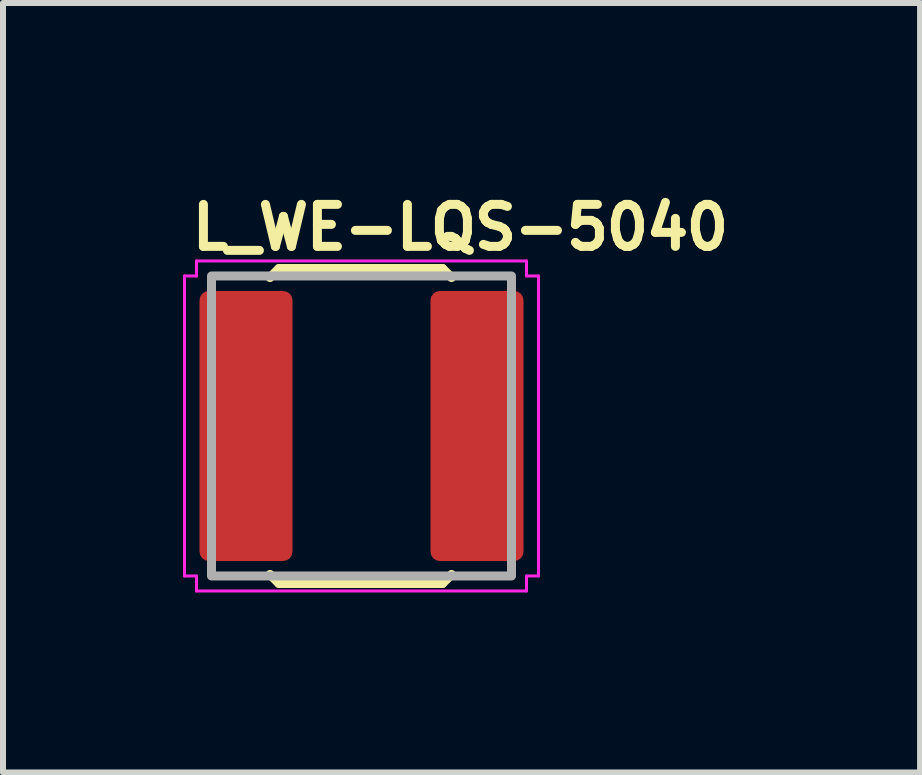
<source format=kicad_pcb>
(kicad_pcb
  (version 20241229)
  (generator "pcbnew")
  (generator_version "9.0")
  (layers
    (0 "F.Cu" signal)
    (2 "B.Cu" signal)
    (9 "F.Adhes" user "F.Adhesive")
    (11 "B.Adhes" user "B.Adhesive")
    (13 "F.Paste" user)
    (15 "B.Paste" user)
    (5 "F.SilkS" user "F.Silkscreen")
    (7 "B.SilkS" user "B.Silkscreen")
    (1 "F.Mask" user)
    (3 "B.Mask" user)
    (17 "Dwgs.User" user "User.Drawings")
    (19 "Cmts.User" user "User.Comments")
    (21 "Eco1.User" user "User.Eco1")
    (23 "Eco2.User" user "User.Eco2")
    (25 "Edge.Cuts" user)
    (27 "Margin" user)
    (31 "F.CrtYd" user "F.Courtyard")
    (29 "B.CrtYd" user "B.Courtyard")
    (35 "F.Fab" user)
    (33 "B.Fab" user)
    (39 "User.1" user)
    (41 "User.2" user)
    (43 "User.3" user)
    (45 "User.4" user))
  (footprint "L_WE-LQS-5040"
    (layer "F.Cu")
    (at 2.975 4.05)
    (property "Reference" "L_WE-LQS-5040" (at -2.9 -2.9 0) (layer "F.SilkS") (effects (font (size 0.7 0.7) (thickness 0.15)) (justify left bottom)))
    (attr smd)
    (fp_line (start -1.525 -2.475) (end -1.375 -2.625) (stroke (width 0.15) (type solid)) (layer "F.SilkS"))
    (fp_line (start -1.375 -2.625) (end 1.35 -2.625) (stroke (width 0.15) (type solid)) (layer "F.SilkS"))
    (fp_line (start -1.375 2.625) (end -1.525 2.475) (stroke (width 0.15) (type solid)) (layer "F.SilkS"))
    (fp_line (start 1.35 -2.625) (end 1.5 -2.475) (stroke (width 0.15) (type solid)) (layer "F.SilkS"))
    (fp_line (start 1.35 2.625) (end -1.375 2.625) (stroke (width 0.15) (type solid)) (layer "F.SilkS"))
    (fp_line (start 1.5 2.475) (end 1.35 2.625) (stroke (width 0.15) (type solid)) (layer "F.SilkS"))
    (fp_line (start -2.95 -2.5) (end -2.95 2.5) (stroke (width 0.05) (type solid)) (layer "F.CrtYd"))
    (fp_line (start -2.95 2.5) (end -2.75 2.5) (stroke (width 0.05) (type solid)) (layer "F.CrtYd"))
    (fp_line (start -2.75 -2.75) (end -2.75 -2.5) (stroke (width 0.05) (type solid)) (layer "F.CrtYd"))
    (fp_line (start -2.75 -2.5) (end -2.95 -2.5) (stroke (width 0.05) (type solid)) (layer "F.CrtYd"))
    (fp_line (start -2.75 2.5) (end -2.75 2.75) (stroke (width 0.05) (type solid)) (layer "F.CrtYd"))
    (fp_line (start -2.75 2.75) (end 2.75 2.75) (stroke (width 0.05) (type solid)) (layer "F.CrtYd"))
    (fp_line (start 2.75 -2.75) (end -2.75 -2.75) (stroke (width 0.05) (type solid)) (layer "F.CrtYd"))
    (fp_line (start 2.75 -2.5) (end 2.75 -2.75) (stroke (width 0.05) (type solid)) (layer "F.CrtYd"))
    (fp_line (start 2.75 2.5) (end 2.95 2.5) (stroke (width 0.05) (type solid)) (layer "F.CrtYd"))
    (fp_line (start 2.75 2.75) (end 2.75 2.5) (stroke (width 0.05) (type solid)) (layer "F.CrtYd"))
    (fp_line (start 2.95 -2.5) (end 2.75 -2.5) (stroke (width 0.05) (type solid)) (layer "F.CrtYd"))
    (fp_line (start 2.95 2.5) (end 2.95 -2.5) (stroke (width 0.05) (type solid)) (layer "F.CrtYd"))
    (fp_rect (start -2.5 -2.5) (end 2.5 2.5) (stroke (width 0.15) (type solid)) (fill no) (layer "F.Fab"))
    (fp_rect (start -2.5 -2.5) (end 2.5 2.5) (stroke (width 0.1) (type solid)) (fill no) (layer "User.5"))
    (fp_line (start -2.5 -2.1) (end -2.5 2.1) (stroke (width 0.02) (type solid)) (layer "User.9"))
    (fp_line (start -2.5 2.1) (end -2.296 2.1) (stroke (width 0.02) (type solid)) (layer "User.9"))
    (fp_line (start -2.499 0) (end -2.497 0.107) (stroke (width 0.02) (type solid)) (layer "User.9"))
    (fp_line (start -2.497 -0.107) (end -2.499 0) (stroke (width 0.02) (type solid)) (layer "User.9"))
    (fp_line (start -2.497 0.107) (end -2.49 0.215) (stroke (width 0.02) (type solid)) (layer "User.9"))
    (fp_line (start -2.49 -0.215) (end -2.497 -0.107) (stroke (width 0.02) (type solid)) (layer "User.9"))
    (fp_line (start -2.49 0.215) (end -2.478 0.322) (stroke (width 0.02) (type solid)) (layer "User.9"))
    (fp_line (start -2.478 -0.322) (end -2.49 -0.215) (stroke (width 0.02) (type solid)) (layer "User.9"))
    (fp_line (start -2.478 0.322) (end -2.462 0.429) (stroke (width 0.02) (type solid)) (layer "User.9"))
    (fp_line (start -2.462 -0.429) (end -2.478 -0.322) (stroke (width 0.02) (type solid)) (layer "User.9"))
    (fp_line (start -2.462 0.429) (end -2.441 0.535) (stroke (width 0.02) (type solid)) (layer "User.9"))
    (fp_line (start -2.441 -0.535) (end -2.462 -0.429) (stroke (width 0.02) (type solid)) (layer "User.9"))
    (fp_line (start -2.441 0.535) (end -2.415 0.64) (stroke (width 0.02) (type solid)) (layer "User.9"))
    (fp_line (start -2.415 -0.64) (end -2.441 -0.535) (stroke (width 0.02) (type solid)) (layer "User.9"))
    (fp_line (start -2.415 0.64) (end -2.385 0.743) (stroke (width 0.02) (type solid)) (layer "User.9"))
    (fp_line (start -2.385 -0.743) (end -2.415 -0.64) (stroke (width 0.02) (type solid)) (layer "User.9"))
    (fp_line (start -2.385 0.743) (end -2.35 0.845) (stroke (width 0.02) (type solid)) (layer "User.9"))
    (fp_line (start -2.35 -1.45) (end -2.35 1.45) (stroke (width 0.02) (type solid)) (layer "User.9"))
    (fp_line (start -2.35 -0.845) (end -2.385 -0.743) (stroke (width 0.02) (type solid)) (layer "User.9"))
    (fp_line (start -2.35 1.45) (end -1.3 2.5) (stroke (width 0.02) (type solid)) (layer "User.9"))
    (fp_line (start -2.296 2.1) (end -2.259 2) (stroke (width 0.02) (type solid)) (layer "User.9"))
    (fp_line (start -2.259 2) (end -2.25 2) (stroke (width 0.02) (type solid)) (layer "User.9"))
    (fp_line (start -2.25 1.899) (end -2.25 2) (stroke (width 0.02) (type solid)) (layer "User.9"))
    (fp_line (start -2.25 2) (end -2.25 2.05) (stroke (width 0.02) (type solid)) (layer "User.9"))
    (fp_line (start -2.249 2.05) (end -2.25 2.05) (stroke (width 0.02) (type solid)) (layer "User.9"))
    (fp_line (start -2.249 2.051) (end -2.25 2.05) (stroke (width 0.02) (type solid)) (layer "User.9"))
    (fp_line (start -2.249 2.051) (end -2.249 2.05) (stroke (width 0.02) (type solid)) (layer "User.9"))
    (fp_line (start -2.249 2.052) (end -2.249 2.05) (stroke (width 0.02) (type solid)) (layer "User.9"))
    (fp_line (start -2.249 2.053) (end -2.249 2.051) (stroke (width 0.02) (type solid)) (layer "User.9"))
    (fp_line (start -2.248 2.053) (end -2.249 2.051) (stroke (width 0.02) (type solid)) (layer "User.9"))
    (fp_line (start -2.248 2.054) (end -2.249 2.053) (stroke (width 0.02) (type solid)) (layer "User.9"))
    (fp_line (start -2.248 2.055) (end -2.249 2.052) (stroke (width 0.02) (type solid)) (layer "User.9"))
    (fp_line (start -2.247 2.054) (end -2.248 2.053) (stroke (width 0.02) (type solid)) (layer "User.9"))
    (fp_line (start -2.247 2.055) (end -2.248 2.054) (stroke (width 0.02) (type solid)) (layer "User.9"))
    (fp_line (start -2.247 2.056) (end -2.247 2.054) (stroke (width 0.02) (type solid)) (layer "User.9"))
    (fp_line (start -2.246 2.057) (end -2.247 2.055) (stroke (width 0.02) (type solid)) (layer "User.9"))
    (fp_line (start -2.246 2.057) (end -2.247 2.056) (stroke (width 0.02) (type solid)) (layer "User.9"))
    (fp_line (start -2.245 2.058) (end -2.246 2.057) (stroke (width 0.02) (type solid)) (layer "User.9"))
    (fp_line (start -2.245 2.059) (end -2.246 2.057) (stroke (width 0.02) (type solid)) (layer "User.9"))
    (fp_line (start -2.244 2.059) (end -2.248 2.055) (stroke (width 0.02) (type solid)) (layer "User.9"))
    (fp_line (start -2.244 2.06) (end -2.245 2.059) (stroke (width 0.02) (type solid)) (layer "User.9"))
    (fp_line (start -2.242 2.061) (end -2.245 2.058) (stroke (width 0.02) (type solid)) (layer "User.9"))
    (fp_line (start -2.242 2.061) (end -2.244 2.06) (stroke (width 0.02) (type solid)) (layer "User.9"))
    (fp_line (start -2.241 2.062) (end -2.242 2.061) (stroke (width 0.02) (type solid)) (layer "User.9"))
    (fp_line (start -2.24 2.063) (end -2.241 2.062) (stroke (width 0.02) (type solid)) (layer "User.9"))
    (fp_line (start -2.238 2.063) (end -2.242 2.061) (stroke (width 0.02) (type solid)) (layer "User.9"))
    (fp_line (start -2.238 2.064) (end -2.24 2.063) (stroke (width 0.02) (type solid)) (layer "User.9"))
    (fp_line (start -2.237 2.064) (end -2.244 2.059) (stroke (width 0.02) (type solid)) (layer "User.9"))
    (fp_line (start -2.237 2.065) (end -2.238 2.064) (stroke (width 0.02) (type solid)) (layer "User.9"))
    (fp_line (start -2.235 2.066) (end -2.237 2.065) (stroke (width 0.02) (type solid)) (layer "User.9"))
    (fp_line (start -2.234 2.065) (end -2.238 2.063) (stroke (width 0.02) (type solid)) (layer "User.9"))
    (fp_line (start -2.233 2.066) (end -2.235 2.066) (stroke (width 0.02) (type solid)) (layer "User.9"))
    (fp_line (start -2.232 1.567) (end -2.25 1.899) (stroke (width 0.02) (type solid)) (layer "User.9"))
    (fp_line (start -2.232 2.067) (end -2.233 2.066) (stroke (width 0.02) (type solid)) (layer "User.9"))
    (fp_line (start -2.23 2.068) (end -2.234 2.065) (stroke (width 0.02) (type solid)) (layer "User.9"))
    (fp_line (start -2.23 2.068) (end -2.232 2.067) (stroke (width 0.02) (type solid)) (layer "User.9"))
    (fp_line (start -2.228 2.068) (end -2.237 2.064) (stroke (width 0.02) (type solid)) (layer "User.9"))
    (fp_line (start -2.225 2.07) (end -2.23 2.068) (stroke (width 0.02) (type solid)) (layer "User.9"))
    (fp_line (start -2.219 2.072) (end -2.225 2.07) (stroke (width 0.02) (type solid)) (layer "User.9"))
    (fp_line (start -2.217 2.072) (end -2.228 2.068) (stroke (width 0.02) (type solid)) (layer "User.9"))
    (fp_line (start -2.213 2.074) (end -2.219 2.072) (stroke (width 0.02) (type solid)) (layer "User.9"))
    (fp_line (start -2.207 2.076) (end -2.213 2.074) (stroke (width 0.02) (type solid)) (layer "User.9"))
    (fp_line (start -2.204 2.076) (end -2.217 2.072) (stroke (width 0.02) (type solid)) (layer "User.9"))
    (fp_line (start -2.201 2.077) (end -2.207 2.076) (stroke (width 0.02) (type solid)) (layer "User.9"))
    (fp_line (start -2.19 2.08) (end -2.204 2.076) (stroke (width 0.02) (type solid)) (layer "User.9"))
    (fp_line (start -2.188 2.081) (end -2.201 2.077) (stroke (width 0.02) (type solid)) (layer "User.9"))
    (fp_line (start -2.174 2.083) (end -2.188 2.081) (stroke (width 0.02) (type solid)) (layer "User.9"))
    (fp_line (start -2.174 2.083) (end -2.174 2.083) (stroke (width 0.02) (type solid)) (layer "User.9"))
    (fp_line (start -2.173 2.084) (end -2.19 2.08) (stroke (width 0.02) (type solid)) (layer "User.9"))
    (fp_line (start -2.155 2.087) (end -2.173 2.084) (stroke (width 0.02) (type solid)) (layer "User.9"))
    (fp_line (start -2.154 2.087) (end -2.174 2.083) (stroke (width 0.02) (type solid)) (layer "User.9"))
    (fp_line (start -2.136 2.09) (end -2.155 2.087) (stroke (width 0.02) (type solid)) (layer "User.9"))
    (fp_line (start -2.133 2.09) (end -2.154 2.087) (stroke (width 0.02) (type solid)) (layer "User.9"))
    (fp_line (start -2.115 2.092) (end -2.136 2.09) (stroke (width 0.02) (type solid)) (layer "User.9"))
    (fp_line (start -2.112 2.093) (end -2.133 2.09) (stroke (width 0.02) (type solid)) (layer "User.9"))
    (fp_line (start -2.093 2.094) (end -2.115 2.092) (stroke (width 0.02) (type solid)) (layer "User.9"))
    (fp_line (start -2.09 2.095) (end -2.112 2.093) (stroke (width 0.02) (type solid)) (layer "User.9"))
    (fp_line (start -2.069 2.096) (end -2.09 2.095) (stroke (width 0.02) (type solid)) (layer "User.9"))
    (fp_line (start -2.048 2.097) (end -2.093 2.094) (stroke (width 0.02) (type solid)) (layer "User.9"))
    (fp_line (start -2.046 2.097) (end -2.069 2.096) (stroke (width 0.02) (type solid)) (layer "User.9"))
    (fp_line (start -2.024 2.098) (end -2.048 2.097) (stroke (width 0.02) (type solid)) (layer "User.9"))
    (fp_line (start -2.024 2.098) (end -2.046 2.097) (stroke (width 0.02) (type solid)) (layer "User.9"))
    (fp_line (start -2 1.899) (end -2.25 1.899) (stroke (width 0.02) (type solid)) (layer "User.9"))
    (fp_line (start -2 1.899) (end -2 1.899) (stroke (width 0.02) (type solid)) (layer "User.9"))
    (fp_line (start -2 2) (end -2.25 2) (stroke (width 0.02) (type solid)) (layer "User.9"))
    (fp_line (start -2 2) (end -2 2) (stroke (width 0.02) (type solid)) (layer "User.9"))
    (fp_line (start -2 2.098) (end -2.024 2.098) (stroke (width 0.02) (type solid)) (layer "User.9"))
    (fp_line (start -2 2.098) (end -2.024 2.098) (stroke (width 0.02) (type solid)) (layer "User.9"))
    (fp_line (start -2 2.098) (end -2 2.098) (stroke (width 0.02) (type solid)) (layer "User.9"))
    (fp_line (start -2 2.098) (end -2 2.098) (stroke (width 0.02) (type solid)) (layer "User.9"))
    (fp_line (start -1.98 2.098) (end -2 2.098) (stroke (width 0.02) (type solid)) (layer "User.9"))
    (fp_line (start -1.975 2.098) (end -2 2.098) (stroke (width 0.02) (type solid)) (layer "User.9"))
    (fp_line (start -1.959 2.098) (end -1.98 2.098) (stroke (width 0.02) (type solid)) (layer "User.9"))
    (fp_line (start -1.951 2.097) (end -1.975 2.098) (stroke (width 0.02) (type solid)) (layer "User.9"))
    (fp_line (start -1.938 2.097) (end -1.959 2.098) (stroke (width 0.02) (type solid)) (layer "User.9"))
    (fp_line (start -1.928 2.096) (end -1.951 2.097) (stroke (width 0.02) (type solid)) (layer "User.9"))
    (fp_line (start -1.917 2.095) (end -1.938 2.097) (stroke (width 0.02) (type solid)) (layer "User.9"))
    (fp_line (start -1.906 2.094) (end -1.928 2.096) (stroke (width 0.02) (type solid)) (layer "User.9"))
    (fp_line (start -1.899 1.899) (end -2 1.899) (stroke (width 0.02) (type solid)) (layer "User.9"))
    (fp_line (start -1.897 2.094) (end -1.917 2.095) (stroke (width 0.02) (type solid)) (layer "User.9"))
    (fp_line (start -1.884 2.092) (end -1.906 2.094) (stroke (width 0.02) (type solid)) (layer "User.9"))
    (fp_line (start -1.877 2.091) (end -1.897 2.094) (stroke (width 0.02) (type solid)) (layer "User.9"))
    (fp_line (start -1.863 2.09) (end -1.884 2.092) (stroke (width 0.02) (type solid)) (layer "User.9"))
    (fp_line (start -1.857 2.089) (end -1.877 2.091) (stroke (width 0.02) (type solid)) (layer "User.9"))
    (fp_line (start -1.844 2.087) (end -1.863 2.09) (stroke (width 0.02) (type solid)) (layer "User.9"))
    (fp_line (start -1.838 2.086) (end -1.857 2.089) (stroke (width 0.02) (type solid)) (layer "User.9"))
    (fp_line (start -1.838 2.086) (end -1.838 2.086) (stroke (width 0.02) (type solid)) (layer "User.9"))
    (fp_line (start -1.83 2.084) (end -1.838 2.086) (stroke (width 0.02) (type solid)) (layer "User.9"))
    (fp_line (start -1.826 2.084) (end -1.844 2.087) (stroke (width 0.02) (type solid)) (layer "User.9"))
    (fp_line (start -1.823 2.083) (end -1.83 2.084) (stroke (width 0.02) (type solid)) (layer "User.9"))
    (fp_line (start -1.815 2.081) (end -1.823 2.083) (stroke (width 0.02) (type solid)) (layer "User.9"))
    (fp_line (start -1.809 2.08) (end -1.826 2.084) (stroke (width 0.02) (type solid)) (layer "User.9"))
    (fp_line (start -1.807 2.08) (end -1.815 2.081) (stroke (width 0.02) (type solid)) (layer "User.9"))
    (fp_line (start -1.8 2) (end -2 2) (stroke (width 0.02) (type solid)) (layer "User.9"))
    (fp_line (start -1.8 2.078) (end -1.807 2.08) (stroke (width 0.02) (type solid)) (layer "User.9"))
    (fp_line (start -1.795 2.076) (end -1.809 2.08) (stroke (width 0.02) (type solid)) (layer "User.9"))
    (fp_line (start -1.793 2.076) (end -1.8 2.078) (stroke (width 0.02) (type solid)) (layer "User.9"))
    (fp_line (start -1.786 2.074) (end -1.793 2.076) (stroke (width 0.02) (type solid)) (layer "User.9"))
    (fp_line (start -1.782 2.072) (end -1.795 2.076) (stroke (width 0.02) (type solid)) (layer "User.9"))
    (fp_line (start -1.779 2.072) (end -1.786 2.074) (stroke (width 0.02) (type solid)) (layer "User.9"))
    (fp_line (start -1.773 2.069) (end -1.779 2.072) (stroke (width 0.02) (type solid)) (layer "User.9"))
    (fp_line (start -1.771 2.068) (end -1.782 2.072) (stroke (width 0.02) (type solid)) (layer "User.9"))
    (fp_line (start -1.768 2.067) (end -1.773 2.069) (stroke (width 0.02) (type solid)) (layer "User.9"))
    (fp_line (start -1.766 2.066) (end -1.771 2.068) (stroke (width 0.02) (type solid)) (layer "User.9"))
    (fp_line (start -1.766 2.066) (end -1.768 2.067) (stroke (width 0.02) (type solid)) (layer "User.9"))
    (fp_line (start -1.765 2.066) (end -1.768 2.067) (stroke (width 0.02) (type solid)) (layer "User.9"))
    (fp_line (start -1.765 2.066) (end -1.766 2.066) (stroke (width 0.02) (type solid)) (layer "User.9"))
    (fp_line (start -1.763 2.064) (end -1.765 2.066) (stroke (width 0.02) (type solid)) (layer "User.9"))
    (fp_line (start -1.763 2.065) (end -1.765 2.066) (stroke (width 0.02) (type solid)) (layer "User.9"))
    (fp_line (start -1.762 2.064) (end -1.766 2.066) (stroke (width 0.02) (type solid)) (layer "User.9"))
    (fp_line (start -1.761 2.063) (end -1.763 2.064) (stroke (width 0.02) (type solid)) (layer "User.9"))
    (fp_line (start -1.761 2.064) (end -1.763 2.065) (stroke (width 0.02) (type solid)) (layer "User.9"))
    (fp_line (start -1.76 2.064) (end -1.761 2.064) (stroke (width 0.02) (type solid)) (layer "User.9"))
    (fp_line (start -1.759 2.062) (end -1.761 2.063) (stroke (width 0.02) (type solid)) (layer "User.9"))
    (fp_line (start -1.759 2.063) (end -1.76 2.064) (stroke (width 0.02) (type solid)) (layer "User.9"))
    (fp_line (start -1.758 2.061) (end -1.762 2.064) (stroke (width 0.02) (type solid)) (layer "User.9"))
    (fp_line (start -1.757 2.06) (end -1.759 2.062) (stroke (width 0.02) (type solid)) (layer "User.9"))
    (fp_line (start -1.757 2.062) (end -1.759 2.063) (stroke (width 0.02) (type solid)) (layer "User.9"))
    (fp_line (start -1.756 2.061) (end -1.757 2.062) (stroke (width 0.02) (type solid)) (layer "User.9"))
    (fp_line (start -1.755 2.059) (end -1.758 2.061) (stroke (width 0.02) (type solid)) (layer "User.9"))
    (fp_line (start -1.755 2.059) (end -1.757 2.06) (stroke (width 0.02) (type solid)) (layer "User.9"))
    (fp_line (start -1.755 2.06) (end -1.756 2.061) (stroke (width 0.02) (type solid)) (layer "User.9"))
    (fp_line (start -1.754 2.057) (end -1.755 2.059) (stroke (width 0.02) (type solid)) (layer "User.9"))
    (fp_line (start -1.754 2.058) (end -1.755 2.06) (stroke (width 0.02) (type solid)) (layer "User.9"))
    (fp_line (start -1.753 2.057) (end -1.755 2.059) (stroke (width 0.02) (type solid)) (layer "User.9"))
    (fp_line (start -1.753 2.057) (end -1.754 2.058) (stroke (width 0.02) (type solid)) (layer "User.9"))
    (fp_line (start -1.752 2.056) (end -1.754 2.057) (stroke (width 0.02) (type solid)) (layer "User.9"))
    (fp_line (start -1.752 2.056) (end -1.753 2.057) (stroke (width 0.02) (type solid)) (layer "User.9"))
    (fp_line (start -1.751 2.053) (end -1.751 2.054) (stroke (width 0.02) (type solid)) (layer "User.9"))
    (fp_line (start -1.751 2.054) (end -1.752 2.056) (stroke (width 0.02) (type solid)) (layer "User.9"))
    (fp_line (start -1.751 2.055) (end -1.753 2.057) (stroke (width 0.02) (type solid)) (layer "User.9"))
    (fp_line (start -1.751 2.055) (end -1.752 2.056) (stroke (width 0.02) (type solid)) (layer "User.9"))
    (fp_line (start -1.75 2.05) (end -1.75 2.05) (stroke (width 0.02) (type solid)) (layer "User.9"))
    (fp_line (start -1.75 2.05) (end -1.75 2.051) (stroke (width 0.02) (type solid)) (layer "User.9"))
    (fp_line (start -1.75 2.05) (end -1.75 2.051) (stroke (width 0.02) (type solid)) (layer "User.9"))
    (fp_line (start -1.75 2.05) (end -1.75 2.052) (stroke (width 0.02) (type solid)) (layer "User.9"))
    (fp_line (start -1.75 2.051) (end -1.751 2.053) (stroke (width 0.02) (type solid)) (layer "User.9"))
    (fp_line (start -1.75 2.051) (end -1.75 2.053) (stroke (width 0.02) (type solid)) (layer "User.9"))
    (fp_line (start -1.75 2.052) (end -1.751 2.055) (stroke (width 0.02) (type solid)) (layer "User.9"))
    (fp_line (start -1.75 2.053) (end -1.751 2.055) (stroke (width 0.02) (type solid)) (layer "User.9"))
    (fp_line (start -1.705 2.094) (end -1.703 2.1) (stroke (width 0.02) (type solid)) (layer "User.9"))
    (fp_line (start -1.703 2.1) (end -1.7 2.1) (stroke (width 0.02) (type solid)) (layer "User.9"))
    (fp_line (start -1.7 -2.1) (end -2.5 -2.1) (stroke (width 0.02) (type solid)) (layer "User.9"))
    (fp_line (start -1.3 -2.5) (end -2.35 -1.45) (stroke (width 0.02) (type solid)) (layer "User.9"))
    (fp_line (start -1.3 2.5) (end 1.3 2.5) (stroke (width 0.02) (type solid)) (layer "User.9"))
    (fp_line (start 1.118 1.134) (end 1.618 1.134) (stroke (width 0.02) (type solid)) (layer "User.9"))
    (fp_line (start 1.118 1.634) (end 1.118 1.134) (stroke (width 0.02) (type solid)) (layer "User.9"))
    (fp_line (start 1.3 -2.5) (end -1.3 -2.5) (stroke (width 0.02) (type solid)) (layer "User.9"))
    (fp_line (start 1.3 2.5) (end 2.35 1.45) (stroke (width 0.02) (type solid)) (layer "User.9"))
    (fp_line (start 1.618 1.134) (end 1.618 1.634) (stroke (width 0.02) (type solid)) (layer "User.9"))
    (fp_line (start 1.618 1.634) (end 1.118 1.634) (stroke (width 0.02) (type solid)) (layer "User.9"))
    (fp_line (start 1.7 2.1) (end 1.703 2.1) (stroke (width 0.02) (type solid)) (layer "User.9"))
    (fp_line (start 1.705 2.094) (end 1.703 2.1) (stroke (width 0.02) (type solid)) (layer "User.9"))
    (fp_line (start 1.75 2.05) (end 1.75 2.05) (stroke (width 0.02) (type solid)) (layer "User.9"))
    (fp_line (start 1.75 2.051) (end 1.75 2.05) (stroke (width 0.02) (type solid)) (layer "User.9"))
    (fp_line (start 1.75 2.052) (end 1.75 2.05) (stroke (width 0.02) (type solid)) (layer "User.9"))
    (fp_line (start 1.75 2.053) (end 1.75 2.051) (stroke (width 0.02) (type solid)) (layer "User.9"))
    (fp_line (start 1.751 2.054) (end 1.75 2.052) (stroke (width 0.02) (type solid)) (layer "User.9"))
    (fp_line (start 1.751 2.054) (end 1.75 2.053) (stroke (width 0.02) (type solid)) (layer "User.9"))
    (fp_line (start 1.752 2.055) (end 1.751 2.054) (stroke (width 0.02) (type solid)) (layer "User.9"))
    (fp_line (start 1.752 2.055) (end 1.751 2.054) (stroke (width 0.02) (type solid)) (layer "User.9"))
    (fp_line (start 1.752 2.056) (end 1.752 2.055) (stroke (width 0.02) (type solid)) (layer "User.9"))
    (fp_line (start 1.753 2.057) (end 1.752 2.055) (stroke (width 0.02) (type solid)) (layer "User.9"))
    (fp_line (start 1.753 2.057) (end 1.752 2.056) (stroke (width 0.02) (type solid)) (layer "User.9"))
    (fp_line (start 1.754 2.058) (end 1.753 2.057) (stroke (width 0.02) (type solid)) (layer "User.9"))
    (fp_line (start 1.754 2.058) (end 1.753 2.057) (stroke (width 0.02) (type solid)) (layer "User.9"))
    (fp_line (start 1.754 2.059) (end 1.754 2.058) (stroke (width 0.02) (type solid)) (layer "User.9"))
    (fp_line (start 1.755 2.059) (end 1.751 2.054) (stroke (width 0.02) (type solid)) (layer "User.9"))
    (fp_line (start 1.755 2.059) (end 1.754 2.059) (stroke (width 0.02) (type solid)) (layer "User.9"))
    (fp_line (start 1.756 2.06) (end 1.755 2.059) (stroke (width 0.02) (type solid)) (layer "User.9"))
    (fp_line (start 1.757 2.06) (end 1.754 2.058) (stroke (width 0.02) (type solid)) (layer "User.9"))
    (fp_line (start 1.757 2.061) (end 1.756 2.06) (stroke (width 0.02) (type solid)) (layer "User.9"))
    (fp_line (start 1.757 2.061) (end 1.757 2.061) (stroke (width 0.02) (type solid)) (layer "User.9"))
    (fp_line (start 1.758 2.062) (end 1.757 2.061) (stroke (width 0.02) (type solid)) (layer "User.9"))
    (fp_line (start 1.759 2.062) (end 1.758 2.062) (stroke (width 0.02) (type solid)) (layer "User.9"))
    (fp_line (start 1.76 2.063) (end 1.759 2.062) (stroke (width 0.02) (type solid)) (layer "User.9"))
    (fp_line (start 1.761 2.063) (end 1.757 2.06) (stroke (width 0.02) (type solid)) (layer "User.9"))
    (fp_line (start 1.761 2.063) (end 1.76 2.063) (stroke (width 0.02) (type solid)) (layer "User.9"))
    (fp_line (start 1.762 2.064) (end 1.755 2.059) (stroke (width 0.02) (type solid)) (layer "User.9"))
    (fp_line (start 1.762 2.064) (end 1.761 2.063) (stroke (width 0.02) (type solid)) (layer "User.9"))
    (fp_line (start 1.763 2.064) (end 1.762 2.064) (stroke (width 0.02) (type solid)) (layer "User.9"))
    (fp_line (start 1.764 2.065) (end 1.763 2.064) (stroke (width 0.02) (type solid)) (layer "User.9"))
    (fp_line (start 1.765 2.065) (end 1.761 2.063) (stroke (width 0.02) (type solid)) (layer "User.9"))
    (fp_line (start 1.769 2.067) (end 1.765 2.065) (stroke (width 0.02) (type solid)) (layer "User.9"))
    (fp_line (start 1.771 2.068) (end 1.762 2.064) (stroke (width 0.02) (type solid)) (layer "User.9"))
    (fp_line (start 1.774 2.07) (end 1.769 2.067) (stroke (width 0.02) (type solid)) (layer "User.9"))
    (fp_line (start 1.78 2.072) (end 1.774 2.07) (stroke (width 0.02) (type solid)) (layer "User.9"))
    (fp_line (start 1.782 2.072) (end 1.771 2.068) (stroke (width 0.02) (type solid)) (layer "User.9"))
    (fp_line (start 1.786 2.074) (end 1.78 2.072) (stroke (width 0.02) (type solid)) (layer "User.9"))
    (fp_line (start 1.792 2.075) (end 1.786 2.074) (stroke (width 0.02) (type solid)) (layer "User.9"))
    (fp_line (start 1.795 2.076) (end 1.782 2.072) (stroke (width 0.02) (type solid)) (layer "User.9"))
    (fp_line (start 1.798 2.077) (end 1.792 2.075) (stroke (width 0.02) (type solid)) (layer "User.9"))
    (fp_line (start 1.809 2.08) (end 1.795 2.076) (stroke (width 0.02) (type solid)) (layer "User.9"))
    (fp_line (start 1.812 2.08) (end 1.798 2.077) (stroke (width 0.02) (type solid)) (layer "User.9"))
    (fp_line (start 1.825 2.083) (end 1.812 2.08) (stroke (width 0.02) (type solid)) (layer "User.9"))
    (fp_line (start 1.825 2.083) (end 1.825 2.083) (stroke (width 0.02) (type solid)) (layer "User.9"))
    (fp_line (start 1.826 2.083) (end 1.809 2.08) (stroke (width 0.02) (type solid)) (layer "User.9"))
    (fp_line (start 1.844 2.087) (end 1.826 2.083) (stroke (width 0.02) (type solid)) (layer "User.9"))
    (fp_line (start 1.846 2.087) (end 1.825 2.083) (stroke (width 0.02) (type solid)) (layer "User.9"))
    (fp_line (start 1.863 2.089) (end 1.844 2.087) (stroke (width 0.02) (type solid)) (layer "User.9"))
    (fp_line (start 1.867 2.09) (end 1.846 2.087) (stroke (width 0.02) (type solid)) (layer "User.9"))
    (fp_line (start 1.884 2.092) (end 1.863 2.089) (stroke (width 0.02) (type solid)) (layer "User.9"))
    (fp_line (start 1.888 2.092) (end 1.867 2.09) (stroke (width 0.02) (type solid)) (layer "User.9"))
    (fp_line (start 1.906 2.094) (end 1.884 2.092) (stroke (width 0.02) (type solid)) (layer "User.9"))
    (fp_line (start 1.909 2.094) (end 1.888 2.092) (stroke (width 0.02) (type solid)) (layer "User.9"))
    (fp_line (start 1.931 2.096) (end 1.909 2.094) (stroke (width 0.02) (type solid)) (layer "User.9"))
    (fp_line (start 1.951 2.097) (end 1.906 2.094) (stroke (width 0.02) (type solid)) (layer "User.9"))
    (fp_line (start 1.953 2.097) (end 1.931 2.096) (stroke (width 0.02) (type solid)) (layer "User.9"))
    (fp_line (start 1.975 2.098) (end 1.951 2.097) (stroke (width 0.02) (type solid)) (layer "User.9"))
    (fp_line (start 1.975 2.098) (end 1.953 2.097) (stroke (width 0.02) (type solid)) (layer "User.9"))
    (fp_line (start 1.998 2.098) (end 1.975 2.098) (stroke (width 0.02) (type solid)) (layer "User.9"))
    (fp_line (start 1.998 2.098) (end 1.998 2.098) (stroke (width 0.02) (type solid)) (layer "User.9"))
    (fp_line (start 2 1.899) (end 1.899 1.899) (stroke (width 0.02) (type solid)) (layer "User.9"))
    (fp_line (start 2 1.899) (end 2 1.899) (stroke (width 0.02) (type solid)) (layer "User.9"))
    (fp_line (start 2 2) (end 1.8 2) (stroke (width 0.02) (type solid)) (layer "User.9"))
    (fp_line (start 2 2) (end 2 2) (stroke (width 0.02) (type solid)) (layer "User.9"))
    (fp_line (start 2 2.098) (end 1.975 2.098) (stroke (width 0.02) (type solid)) (layer "User.9"))
    (fp_line (start 2 2.098) (end 2 2.098) (stroke (width 0.02) (type solid)) (layer "User.9"))
    (fp_line (start 2.02 2.098) (end 1.998 2.098) (stroke (width 0.02) (type solid)) (layer "User.9"))
    (fp_line (start 2.024 2.098) (end 2 2.098) (stroke (width 0.02) (type solid)) (layer "User.9"))
    (fp_line (start 2.04 2.097) (end 2.02 2.098) (stroke (width 0.02) (type solid)) (layer "User.9"))
    (fp_line (start 2.048 2.097) (end 2.024 2.098) (stroke (width 0.02) (type solid)) (layer "User.9"))
    (fp_line (start 2.061 2.096) (end 2.04 2.097) (stroke (width 0.02) (type solid)) (layer "User.9"))
    (fp_line (start 2.071 2.096) (end 2.048 2.097) (stroke (width 0.02) (type solid)) (layer "User.9"))
    (fp_line (start 2.082 2.095) (end 2.061 2.096) (stroke (width 0.02) (type solid)) (layer "User.9"))
    (fp_line (start 2.093 2.094) (end 2.071 2.096) (stroke (width 0.02) (type solid)) (layer "User.9"))
    (fp_line (start 2.102 2.093) (end 2.082 2.095) (stroke (width 0.02) (type solid)) (layer "User.9"))
    (fp_line (start 2.115 2.092) (end 2.093 2.094) (stroke (width 0.02) (type solid)) (layer "User.9"))
    (fp_line (start 2.122 2.091) (end 2.102 2.093) (stroke (width 0.02) (type solid)) (layer "User.9"))
    (fp_line (start 2.136 2.089) (end 2.115 2.092) (stroke (width 0.02) (type solid)) (layer "User.9"))
    (fp_line (start 2.142 2.088) (end 2.122 2.091) (stroke (width 0.02) (type solid)) (layer "User.9"))
    (fp_line (start 2.155 2.087) (end 2.136 2.089) (stroke (width 0.02) (type solid)) (layer "User.9"))
    (fp_line (start 2.161 2.086) (end 2.142 2.088) (stroke (width 0.02) (type solid)) (layer "User.9"))
    (fp_line (start 2.161 2.086) (end 2.161 2.086) (stroke (width 0.02) (type solid)) (layer "User.9"))
    (fp_line (start 2.169 2.084) (end 2.161 2.086) (stroke (width 0.02) (type solid)) (layer "User.9"))
    (fp_line (start 2.173 2.083) (end 2.155 2.087) (stroke (width 0.02) (type solid)) (layer "User.9"))
    (fp_line (start 2.177 2.083) (end 2.169 2.084) (stroke (width 0.02) (type solid)) (layer "User.9"))
    (fp_line (start 2.184 2.081) (end 2.177 2.083) (stroke (width 0.02) (type solid)) (layer "User.9"))
    (fp_line (start 2.19 2.08) (end 2.173 2.083) (stroke (width 0.02) (type solid)) (layer "User.9"))
    (fp_line (start 2.192 2.079) (end 2.184 2.081) (stroke (width 0.02) (type solid)) (layer "User.9"))
    (fp_line (start 2.199 2.077) (end 2.192 2.079) (stroke (width 0.02) (type solid)) (layer "User.9"))
    (fp_line (start 2.204 2.076) (end 2.19 2.08) (stroke (width 0.02) (type solid)) (layer "User.9"))
    (fp_line (start 2.207 2.076) (end 2.199 2.077) (stroke (width 0.02) (type solid)) (layer "User.9"))
    (fp_line (start 2.213 2.074) (end 2.207 2.076) (stroke (width 0.02) (type solid)) (layer "User.9"))
    (fp_line (start 2.217 2.072) (end 2.204 2.076) (stroke (width 0.02) (type solid)) (layer "User.9"))
    (fp_line (start 2.22 2.071) (end 2.213 2.074) (stroke (width 0.02) (type solid)) (layer "User.9"))
    (fp_line (start 2.226 2.069) (end 2.22 2.071) (stroke (width 0.02) (type solid)) (layer "User.9"))
    (fp_line (start 2.228 2.068) (end 2.217 2.072) (stroke (width 0.02) (type solid)) (layer "User.9"))
    (fp_line (start 2.231 2.067) (end 2.226 2.069) (stroke (width 0.02) (type solid)) (layer "User.9"))
    (fp_line (start 2.233 2.066) (end 2.228 2.068) (stroke (width 0.02) (type solid)) (layer "User.9"))
    (fp_line (start 2.234 1.565) (end 2.242 1.725) (stroke (width 0.02) (type solid)) (layer "User.9"))
    (fp_line (start 2.234 2.065) (end 2.231 2.067) (stroke (width 0.02) (type solid)) (layer "User.9"))
    (fp_line (start 2.236 2.064) (end 2.234 2.065) (stroke (width 0.02) (type solid)) (layer "User.9"))
    (fp_line (start 2.237 2.064) (end 2.233 2.066) (stroke (width 0.02) (type solid)) (layer "User.9"))
    (fp_line (start 2.238 2.063) (end 2.236 2.064) (stroke (width 0.02) (type solid)) (layer "User.9"))
    (fp_line (start 2.24 2.062) (end 2.238 2.063) (stroke (width 0.02) (type solid)) (layer "User.9"))
    (fp_line (start 2.241 2.061) (end 2.237 2.064) (stroke (width 0.02) (type solid)) (layer "User.9"))
    (fp_line (start 2.242 1.725) (end 2.25 1.899) (stroke (width 0.02) (type solid)) (layer "User.9"))
    (fp_line (start 2.242 2.06) (end 2.24 2.062) (stroke (width 0.02) (type solid)) (layer "User.9"))
    (fp_line (start 2.244 2.059) (end 2.241 2.061) (stroke (width 0.02) (type solid)) (layer "User.9"))
    (fp_line (start 2.244 2.059) (end 2.242 2.06) (stroke (width 0.02) (type solid)) (layer "User.9"))
    (fp_line (start 2.245 2.057) (end 2.244 2.059) (stroke (width 0.02) (type solid)) (layer "User.9"))
    (fp_line (start 2.246 2.057) (end 2.244 2.059) (stroke (width 0.02) (type solid)) (layer "User.9"))
    (fp_line (start 2.247 2.056) (end 2.245 2.057) (stroke (width 0.02) (type solid)) (layer "User.9"))
    (fp_line (start 2.248 2.054) (end 2.246 2.057) (stroke (width 0.02) (type solid)) (layer "User.9"))
    (fp_line (start 2.248 2.054) (end 2.247 2.056) (stroke (width 0.02) (type solid)) (layer "User.9"))
    (fp_line (start 2.249 2.051) (end 2.249 2.053) (stroke (width 0.02) (type solid)) (layer "User.9"))
    (fp_line (start 2.249 2.052) (end 2.248 2.054) (stroke (width 0.02) (type solid)) (layer "User.9"))
    (fp_line (start 2.249 2.053) (end 2.248 2.054) (stroke (width 0.02) (type solid)) (layer "User.9"))
    (fp_line (start 2.25 1.899) (end 2 1.899) (stroke (width 0.02) (type solid)) (layer "User.9"))
    (fp_line (start 2.25 1.899) (end 2.25 2) (stroke (width 0.02) (type solid)) (layer "User.9"))
    (fp_line (start 2.25 2) (end 2 2) (stroke (width 0.02) (type solid)) (layer "User.9"))
    (fp_line (start 2.25 2) (end 2.25 2.05) (stroke (width 0.02) (type solid)) (layer "User.9"))
    (fp_line (start 2.25 2) (end 2.259 2) (stroke (width 0.02) (type solid)) (layer "User.9"))
    (fp_line (start 2.25 2.05) (end 2.249 2.051) (stroke (width 0.02) (type solid)) (layer "User.9"))
    (fp_line (start 2.25 2.05) (end 2.249 2.052) (stroke (width 0.02) (type solid)) (layer "User.9"))
    (fp_line (start 2.25 2.05) (end 2.25 2.05) (stroke (width 0.02) (type solid)) (layer "User.9"))
    (fp_line (start 2.259 2) (end 2.25 2) (stroke (width 0.02) (type solid)) (layer "User.9"))
    (fp_line (start 2.296 2.1) (end 2.259 2) (stroke (width 0.02) (type solid)) (layer "User.9"))
    (fp_line (start 2.296 2.1) (end 2.5 2.1) (stroke (width 0.02) (type solid)) (layer "User.9"))
    (fp_line (start 2.35 -1.45) (end 1.3 -2.5) (stroke (width 0.02) (type solid)) (layer "User.9"))
    (fp_line (start 2.35 0.845) (end 2.385 0.743) (stroke (width 0.02) (type solid)) (layer "User.9"))
    (fp_line (start 2.35 1.45) (end 2.35 -1.45) (stroke (width 0.02) (type solid)) (layer "User.9"))
    (fp_line (start 2.385 -0.743) (end 2.35 -0.845) (stroke (width 0.02) (type solid)) (layer "User.9"))
    (fp_line (start 2.385 0.743) (end 2.415 0.64) (stroke (width 0.02) (type solid)) (layer "User.9"))
    (fp_line (start 2.415 -0.64) (end 2.385 -0.743) (stroke (width 0.02) (type solid)) (layer "User.9"))
    (fp_line (start 2.415 0.64) (end 2.441 0.535) (stroke (width 0.02) (type solid)) (layer "User.9"))
    (fp_line (start 2.441 -0.535) (end 2.415 -0.64) (stroke (width 0.02) (type solid)) (layer "User.9"))
    (fp_line (start 2.441 0.535) (end 2.462 0.429) (stroke (width 0.02) (type solid)) (layer "User.9"))
    (fp_line (start 2.462 -0.429) (end 2.441 -0.535) (stroke (width 0.02) (type solid)) (layer "User.9"))
    (fp_line (start 2.462 0.429) (end 2.478 0.322) (stroke (width 0.02) (type solid)) (layer "User.9"))
    (fp_line (start 2.478 -0.322) (end 2.462 -0.429) (stroke (width 0.02) (type solid)) (layer "User.9"))
    (fp_line (start 2.478 0.322) (end 2.49 0.215) (stroke (width 0.02) (type solid)) (layer "User.9"))
    (fp_line (start 2.49 -0.215) (end 2.478 -0.322) (stroke (width 0.02) (type solid)) (layer "User.9"))
    (fp_line (start 2.49 0.215) (end 2.497 0.107) (stroke (width 0.02) (type solid)) (layer "User.9"))
    (fp_line (start 2.497 -0.107) (end 2.49 -0.215) (stroke (width 0.02) (type solid)) (layer "User.9"))
    (fp_line (start 2.497 0.107) (end 2.499 0) (stroke (width 0.02) (type solid)) (layer "User.9"))
    (fp_line (start 2.499 0) (end 2.497 -0.107) (stroke (width 0.02) (type solid)) (layer "User.9"))
    (fp_line (start 2.5 -2.1) (end 1.7 -2.1) (stroke (width 0.02) (type solid)) (layer "User.9"))
    (fp_line (start 2.5 2.1) (end 2.5 -2.1) (stroke (width 0.02) (type solid)) (layer "User.9"))
    (pad "1" smd roundrect (at -1.925 0) (size 1.55 4.5) (layers "F.Cu" "F.Mask" "F.Paste") (roundrect_rratio 0.1))
    (pad "2" smd roundrect (at 1.925 0 180) (size 1.55 4.5) (layers "F.Cu" "F.Mask" "F.Paste") (roundrect_rratio 0.1)))
  (gr_rect
    (start -3 -3)
    (end 12.285 9.825)
    (stroke (width 0.1) (type default))
    (fill no)
    (layer "Edge.Cuts")))
</source>
